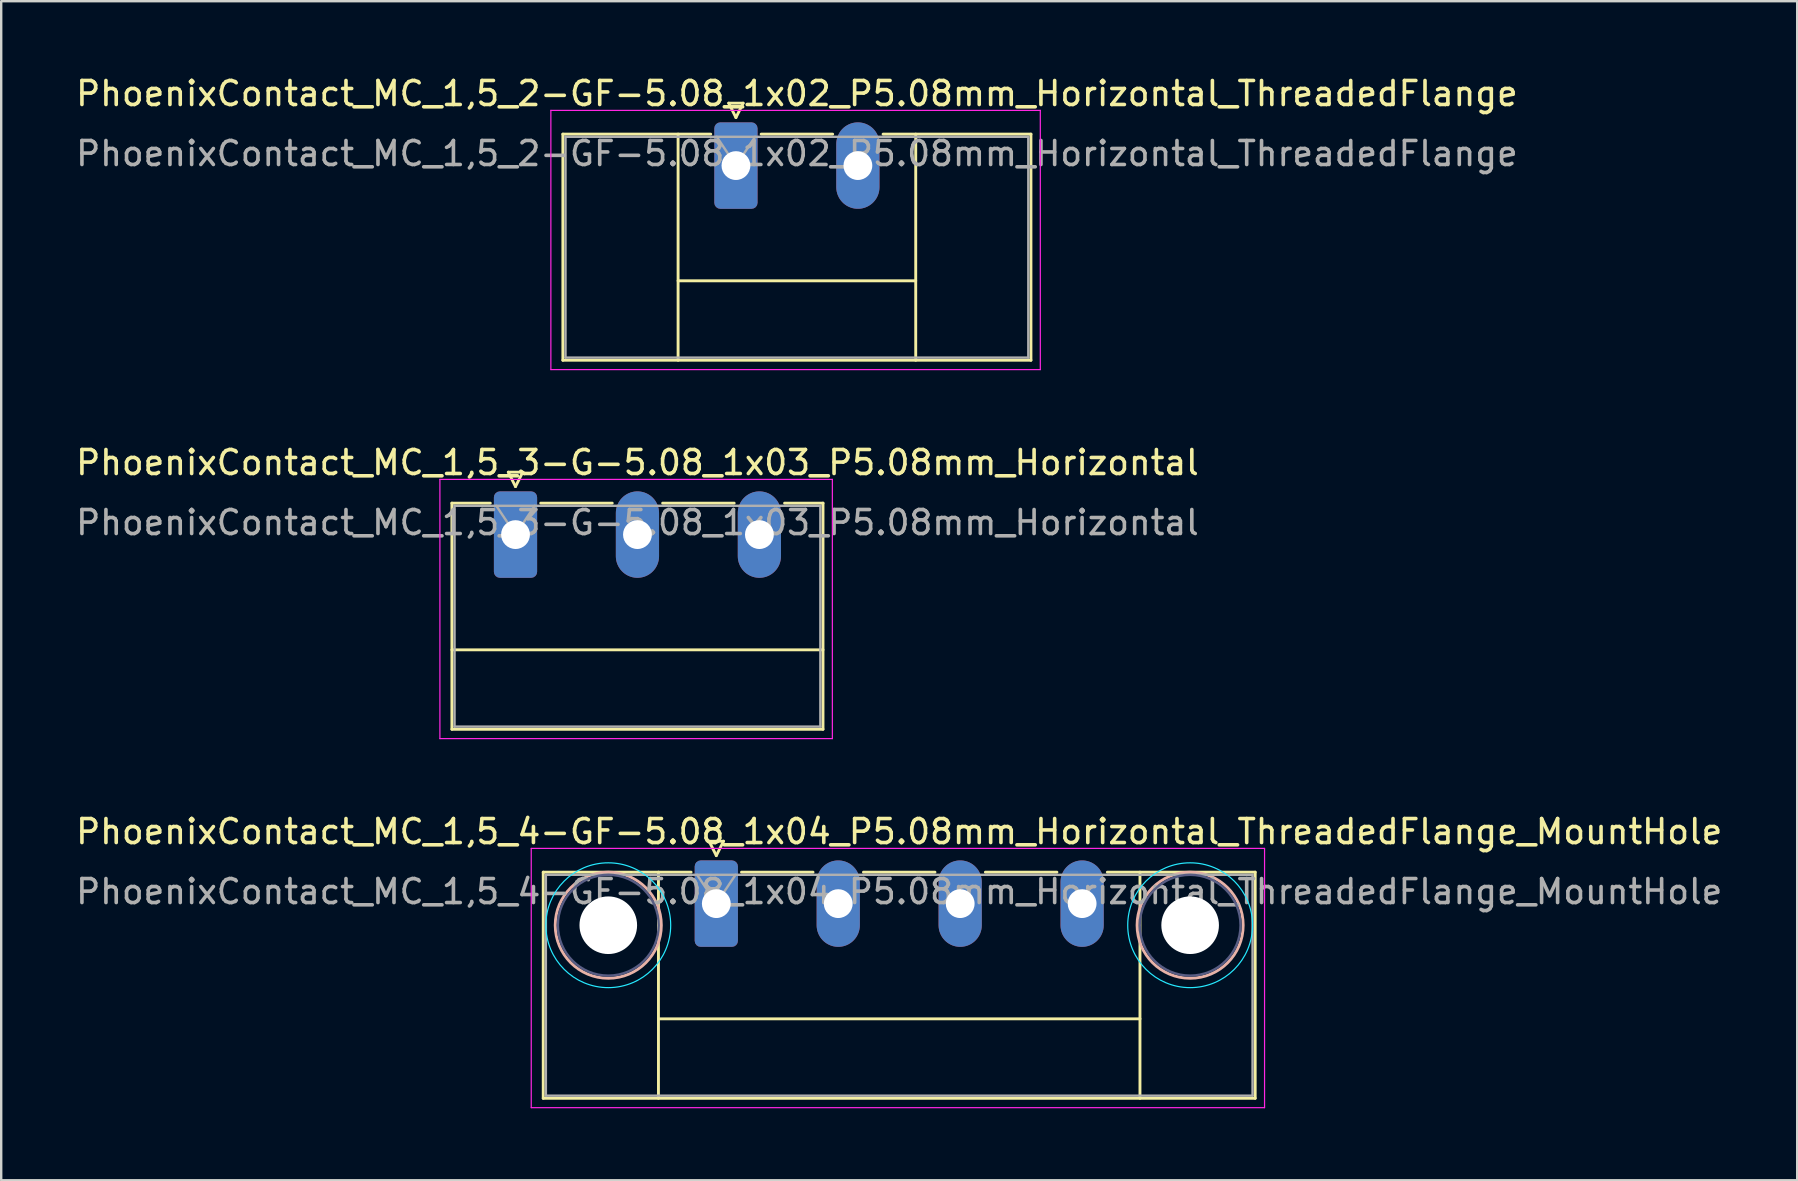
<source format=kicad_pcb>
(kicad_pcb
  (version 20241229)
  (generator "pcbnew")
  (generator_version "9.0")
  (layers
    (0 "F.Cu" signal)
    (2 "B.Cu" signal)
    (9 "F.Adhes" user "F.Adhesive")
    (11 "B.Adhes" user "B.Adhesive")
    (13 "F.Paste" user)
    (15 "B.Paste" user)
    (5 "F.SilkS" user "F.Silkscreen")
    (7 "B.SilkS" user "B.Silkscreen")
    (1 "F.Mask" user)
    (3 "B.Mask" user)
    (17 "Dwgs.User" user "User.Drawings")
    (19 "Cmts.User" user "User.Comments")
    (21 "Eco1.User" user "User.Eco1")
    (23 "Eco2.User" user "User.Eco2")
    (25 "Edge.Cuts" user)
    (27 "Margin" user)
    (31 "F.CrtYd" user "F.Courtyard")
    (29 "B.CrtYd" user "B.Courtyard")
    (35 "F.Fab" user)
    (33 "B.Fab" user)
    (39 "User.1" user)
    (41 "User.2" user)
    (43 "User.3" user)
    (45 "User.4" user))
  (footprint "PhoenixContact_MC_1,5_3-G-5.08_1x03_P5.08mm_Horizontal"
    (layer "F.Cu")
    (at 18.426 19.221)
    (property "Reference" "PhoenixContact_MC_1,5_3-G-5.08_1x03_P5.08mm_Horizontal" (at 5.08 -3 0) (layer "F.SilkS") (effects (font (size 1 1) (thickness 0.15))))
    (attr through_hole)
    (fp_line (start -2.65 -1.31) (end -2.65 8.11) (stroke (width 0.12) (type solid)) (layer "F.SilkS"))
    (fp_line (start -2.65 -1.31) (end -1.05 -1.31) (stroke (width 0.12) (type solid)) (layer "F.SilkS"))
    (fp_line (start -2.65 4.8) (end 12.81 4.8) (stroke (width 0.12) (type solid)) (layer "F.SilkS"))
    (fp_line (start -2.65 8.11) (end 12.81 8.11) (stroke (width 0.12) (type solid)) (layer "F.SilkS"))
    (fp_line (start -0.3 -2.6) (end 0.3 -2.6) (stroke (width 0.12) (type solid)) (layer "F.SilkS"))
    (fp_line (start 0 -2) (end -0.3 -2.6) (stroke (width 0.12) (type solid)) (layer "F.SilkS"))
    (fp_line (start 0.3 -2.6) (end 0 -2) (stroke (width 0.12) (type solid)) (layer "F.SilkS"))
    (fp_line (start 1.05 -1.31) (end 4.03 -1.31) (stroke (width 0.12) (type solid)) (layer "F.SilkS"))
    (fp_line (start 6.13 -1.31) (end 9.11 -1.31) (stroke (width 0.12) (type solid)) (layer "F.SilkS"))
    (fp_line (start 12.81 -1.31) (end 11.21 -1.31) (stroke (width 0.12) (type solid)) (layer "F.SilkS"))
    (fp_line (start 12.81 8.11) (end 12.81 -1.31) (stroke (width 0.12) (type solid)) (layer "F.SilkS"))
    (fp_line (start -3.15 -2.3) (end -3.15 8.5) (stroke (width 0.05) (type solid)) (layer "F.CrtYd"))
    (fp_line (start -3.15 8.5) (end 13.2 8.5) (stroke (width 0.05) (type solid)) (layer "F.CrtYd"))
    (fp_line (start 13.2 -2.3) (end -3.15 -2.3) (stroke (width 0.05) (type solid)) (layer "F.CrtYd"))
    (fp_line (start 13.2 8.5) (end 13.2 -2.3) (stroke (width 0.05) (type solid)) (layer "F.CrtYd"))
    (fp_line (start -2.54 -1.2) (end -2.54 8) (stroke (width 0.1) (type solid)) (layer "F.Fab"))
    (fp_line (start -2.54 8) (end 12.7 8) (stroke (width 0.1) (type solid)) (layer "F.Fab"))
    (fp_line (start 0 0) (end -0.8 -1.2) (stroke (width 0.1) (type solid)) (layer "F.Fab"))
    (fp_line (start 0.8 -1.2) (end 0 0) (stroke (width 0.1) (type solid)) (layer "F.Fab"))
    (fp_line (start 12.7 -1.2) (end -2.54 -1.2) (stroke (width 0.1) (type solid)) (layer "F.Fab"))
    (fp_line (start 12.7 8) (end 12.7 -1.2) (stroke (width 0.1) (type solid)) (layer "F.Fab"))
    (fp_text user "${REFERENCE}" (at 5.08 -0.5 0) (layer "F.Fab") (effects (font (size 1 1) (thickness 0.15))))
    (pad "1" thru_hole roundrect (at 0 0) (size 1.8 3.6) (drill 1.2) (layers "*.Cu" "*.Mask") (roundrect_rratio 0.139))
    (pad "2" thru_hole oval (at 5.08 0) (size 1.8 3.6) (drill 1.2) (layers "*.Cu" "*.Mask"))
    (pad "3" thru_hole oval (at 10.16 0) (size 1.8 3.6) (drill 1.2) (layers "*.Cu" "*.Mask")))
  (footprint "PhoenixContact_MC_1,5_2-GF-5.08_1x02_P5.08mm_Horizontal_ThreadedFlange"
    (layer "F.Cu")
    (at 27.609 3.848)
    (property "Reference" "PhoenixContact_MC_1,5_2-GF-5.08_1x02_P5.08mm_Horizontal_ThreadedFlange" (at 2.54 -3 0) (layer "F.SilkS") (effects (font (size 1 1) (thickness 0.15))))
    (attr through_hole)
    (fp_line (start -7.21 -1.31) (end -7.21 8.11) (stroke (width 0.12) (type solid)) (layer "F.SilkS"))
    (fp_line (start -7.21 -1.31) (end -1.05 -1.31) (stroke (width 0.12) (type solid)) (layer "F.SilkS"))
    (fp_line (start -7.21 8.11) (end 12.29 8.11) (stroke (width 0.12) (type solid)) (layer "F.SilkS"))
    (fp_line (start -2.41 -1.31) (end -2.41 8.11) (stroke (width 0.12) (type solid)) (layer "F.SilkS"))
    (fp_line (start -2.41 4.8) (end 7.49 4.8) (stroke (width 0.12) (type solid)) (layer "F.SilkS"))
    (fp_line (start -0.3 -2.6) (end 0.3 -2.6) (stroke (width 0.12) (type solid)) (layer "F.SilkS"))
    (fp_line (start 0 -2) (end -0.3 -2.6) (stroke (width 0.12) (type solid)) (layer "F.SilkS"))
    (fp_line (start 0.3 -2.6) (end 0 -2) (stroke (width 0.12) (type solid)) (layer "F.SilkS"))
    (fp_line (start 1.05 -1.31) (end 4.03 -1.31) (stroke (width 0.12) (type solid)) (layer "F.SilkS"))
    (fp_line (start 7.49 -1.31) (end 7.49 8.11) (stroke (width 0.12) (type solid)) (layer "F.SilkS"))
    (fp_line (start 12.29 -1.31) (end 6.13 -1.31) (stroke (width 0.12) (type solid)) (layer "F.SilkS"))
    (fp_line (start 12.29 8.11) (end 12.29 -1.31) (stroke (width 0.12) (type solid)) (layer "F.SilkS"))
    (fp_line (start -7.71 -2.3) (end -7.71 8.5) (stroke (width 0.05) (type solid)) (layer "F.CrtYd"))
    (fp_line (start -7.71 8.5) (end 12.68 8.5) (stroke (width 0.05) (type solid)) (layer "F.CrtYd"))
    (fp_line (start 12.68 -2.3) (end -7.71 -2.3) (stroke (width 0.05) (type solid)) (layer "F.CrtYd"))
    (fp_line (start 12.68 8.5) (end 12.68 -2.3) (stroke (width 0.05) (type solid)) (layer "F.CrtYd"))
    (fp_line (start -7.1 -1.2) (end -7.1 8) (stroke (width 0.1) (type solid)) (layer "F.Fab"))
    (fp_line (start -7.1 8) (end 12.18 8) (stroke (width 0.1) (type solid)) (layer "F.Fab"))
    (fp_line (start 0 0) (end -0.8 -1.2) (stroke (width 0.1) (type solid)) (layer "F.Fab"))
    (fp_line (start 0.8 -1.2) (end 0 0) (stroke (width 0.1) (type solid)) (layer "F.Fab"))
    (fp_line (start 12.18 -1.2) (end -7.1 -1.2) (stroke (width 0.1) (type solid)) (layer "F.Fab"))
    (fp_line (start 12.18 8) (end 12.18 -1.2) (stroke (width 0.1) (type solid)) (layer "F.Fab"))
    (fp_text user "${REFERENCE}" (at 2.54 -0.5 0) (layer "F.Fab") (effects (font (size 1 1) (thickness 0.15))))
    (pad "1" thru_hole roundrect (at 0 0) (size 1.8 3.6) (drill 1.2) (layers "*.Cu" "*.Mask") (roundrect_rratio 0.139))
    (pad "2" thru_hole oval (at 5.08 0) (size 1.8 3.6) (drill 1.2) (layers "*.Cu" "*.Mask")))
  (footprint "PhoenixContact_MC_1,5_4-GF-5.08_1x04_P5.08mm_Horizontal_ThreadedFlange_MountHole"
    (layer "F.Cu")
    (at 26.791 34.595)
    (property "Reference" "PhoenixContact_MC_1,5_4-GF-5.08_1x04_P5.08mm_Horizontal_ThreadedFlange_MountHole" (at 7.62 -3 0) (layer "F.SilkS") (effects (font (size 1 1) (thickness 0.15))))
    (attr through_hole)
    (fp_line (start -7.21 -1.31) (end -7.21 8.11) (stroke (width 0.12) (type solid)) (layer "F.SilkS"))
    (fp_line (start -7.21 -1.31) (end -1.05 -1.31) (stroke (width 0.12) (type solid)) (layer "F.SilkS"))
    (fp_line (start -7.21 8.11) (end 22.45 8.11) (stroke (width 0.12) (type solid)) (layer "F.SilkS"))
    (fp_line (start -2.41 -1.31) (end -2.41 8.11) (stroke (width 0.12) (type solid)) (layer "F.SilkS"))
    (fp_line (start -2.41 4.8) (end 17.65 4.8) (stroke (width 0.12) (type solid)) (layer "F.SilkS"))
    (fp_line (start -0.3 -2.6) (end 0.3 -2.6) (stroke (width 0.12) (type solid)) (layer "F.SilkS"))
    (fp_line (start 0 -2) (end -0.3 -2.6) (stroke (width 0.12) (type solid)) (layer "F.SilkS"))
    (fp_line (start 0.3 -2.6) (end 0 -2) (stroke (width 0.12) (type solid)) (layer "F.SilkS"))
    (fp_line (start 1.05 -1.31) (end 4.03 -1.31) (stroke (width 0.12) (type solid)) (layer "F.SilkS"))
    (fp_line (start 6.13 -1.31) (end 9.11 -1.31) (stroke (width 0.12) (type solid)) (layer "F.SilkS"))
    (fp_line (start 11.21 -1.31) (end 14.19 -1.31) (stroke (width 0.12) (type solid)) (layer "F.SilkS"))
    (fp_line (start 17.65 -1.31) (end 17.65 8.11) (stroke (width 0.12) (type solid)) (layer "F.SilkS"))
    (fp_line (start 22.45 -1.31) (end 16.29 -1.31) (stroke (width 0.12) (type solid)) (layer "F.SilkS"))
    (fp_line (start 22.45 8.11) (end 22.45 -1.31) (stroke (width 0.12) (type solid)) (layer "F.SilkS"))
    (fp_circle (center -4.5 0.9) (end -2.29 0.9) (stroke (width 0.12) (type solid)) (fill no) (layer "B.SilkS"))
    (fp_circle (center 19.74 0.9) (end 21.95 0.9) (stroke (width 0.12) (type solid)) (fill no) (layer "B.SilkS"))
    (fp_circle (center -4.5 0.9) (end -1.9 0.9) (stroke (width 0.05) (type solid)) (fill no) (layer "B.CrtYd"))
    (fp_circle (center 19.74 0.9) (end 22.34 0.9) (stroke (width 0.05) (type solid)) (fill no) (layer "B.CrtYd"))
    (fp_line (start -7.71 -2.3) (end -7.71 8.5) (stroke (width 0.05) (type solid)) (layer "F.CrtYd"))
    (fp_line (start -7.71 8.5) (end 22.84 8.5) (stroke (width 0.05) (type solid)) (layer "F.CrtYd"))
    (fp_line (start 22.84 -2.3) (end -7.71 -2.3) (stroke (width 0.05) (type solid)) (layer "F.CrtYd"))
    (fp_line (start 22.84 8.5) (end 22.84 -2.3) (stroke (width 0.05) (type solid)) (layer "F.CrtYd"))
    (fp_circle (center -4.5 0.9) (end -2.4 0.9) (stroke (width 0.1) (type solid)) (fill no) (layer "B.Fab"))
    (fp_circle (center 19.74 0.9) (end 21.84 0.9) (stroke (width 0.1) (type solid)) (fill no) (layer "B.Fab"))
    (fp_line (start -7.1 -1.2) (end -7.1 8) (stroke (width 0.1) (type solid)) (layer "F.Fab"))
    (fp_line (start -7.1 8) (end 22.34 8) (stroke (width 0.1) (type solid)) (layer "F.Fab"))
    (fp_line (start 0 0) (end -0.8 -1.2) (stroke (width 0.1) (type solid)) (layer "F.Fab"))
    (fp_line (start 0.8 -1.2) (end 0 0) (stroke (width 0.1) (type solid)) (layer "F.Fab"))
    (fp_line (start 22.34 -1.2) (end -7.1 -1.2) (stroke (width 0.1) (type solid)) (layer "F.Fab"))
    (fp_line (start 22.34 8) (end 22.34 -1.2) (stroke (width 0.1) (type solid)) (layer "F.Fab"))
    (fp_text user "${REFERENCE}" (at 7.62 -0.5 0) (layer "F.Fab") (effects (font (size 1 1) (thickness 0.15))))
    (pad "" np_thru_hole circle (at -4.5 0.9) (size 2.4 2.4) (drill 2.4) (layers "*.Cu" "*.Mask"))
    (pad "" np_thru_hole circle (at 19.74 0.9) (size 2.4 2.4) (drill 2.4) (layers "*.Cu" "*.Mask"))
    (pad "1" thru_hole roundrect (at 0 0) (size 1.8 3.6) (drill 1.2) (layers "*.Cu" "*.Mask") (roundrect_rratio 0.139))
    (pad "2" thru_hole oval (at 5.08 0) (size 1.8 3.6) (drill 1.2) (layers "*.Cu" "*.Mask"))
    (pad "3" thru_hole oval (at 10.16 0) (size 1.8 3.6) (drill 1.2) (layers "*.Cu" "*.Mask"))
    (pad "4" thru_hole oval (at 15.24 0) (size 1.8 3.6) (drill 1.2) (layers "*.Cu" "*.Mask")))
  (gr_rect
    (start -3 -3)
    (end 71.821 46.12)
    (stroke (width 0.1) (type default))
    (fill no)
    (layer "Edge.Cuts")))
</source>
